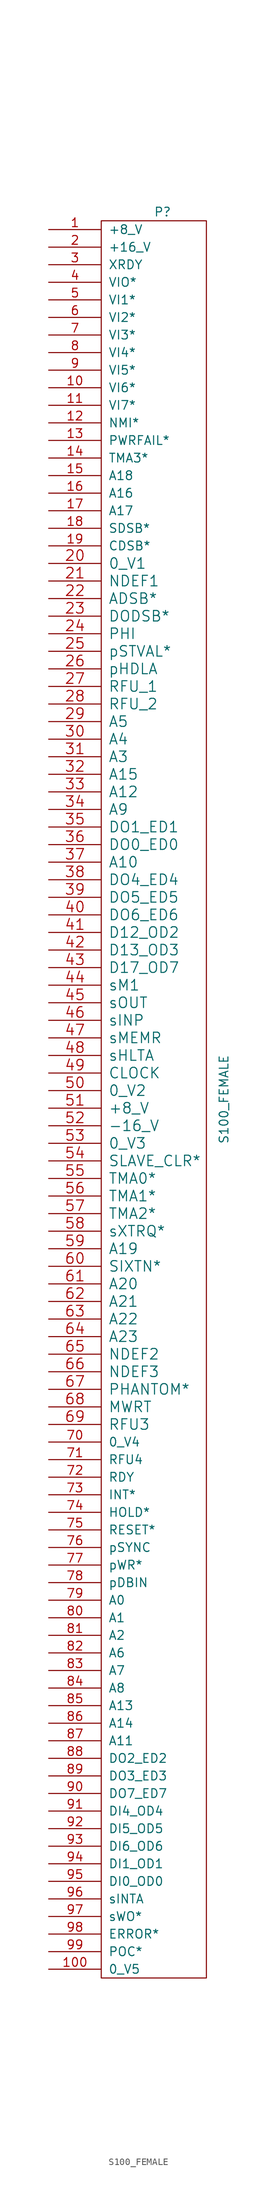
<source format=kicad_sym>
(kicad_symbol_lib
  (version 20220914)
  (generator kicad_symbol_editor)
  (symbol "S100_FEMALE"
    (pin_names
      (offset 1.016))
    (property "Reference" "P"
      (at 0 128.27 0)
      (effects (font (size 1.27 1.27))))
    (property "Value" "S100_FEMALE"
      (at 8.89 0 90)
      (effects (font (size 1.27 1.27))))
    (symbol "S100_FEMALE_0_1"
      (rectangle (start -8.89 127) (end 6.35 -127) (stroke (width 0) (type solid)) (fill (type none))))
    (symbol "S100_FEMALE_1_1"
      (pin power_in line (at -16.51 125.73 0) (length 7.62) (name "+8_V" (effects (font (size 1.27 1.27)))) (number "1" (effects (font (size 1.27 1.27)))))
      (pin bidirectional line (at -16.51 102.87 0) (length 7.62) (name "VI6*" (effects (font (size 1.27 1.27)))) (number "10" (effects (font (size 1.27 1.27)))))
      (pin power_in line (at -16.51 -125.73 0) (length 7.62) (name "0_V5" (effects (font (size 1.27 1.27)))) (number "100" (effects (font (size 1.27 1.27)))))
      (pin bidirectional line (at -16.51 100.33 0) (length 7.62) (name "VI7*" (effects (font (size 1.27 1.27)))) (number "11" (effects (font (size 1.27 1.27)))))
      (pin bidirectional line (at -16.51 97.79 0) (length 7.62) (name "NMI*" (effects (font (size 1.27 1.27)))) (number "12" (effects (font (size 1.27 1.27)))))
      (pin bidirectional line (at -16.51 95.25 0) (length 7.62) (name "PWRFAIL*" (effects (font (size 1.27 1.27)))) (number "13" (effects (font (size 1.27 1.27)))))
      (pin bidirectional line (at -16.51 92.71 0) (length 7.62) (name "TMA3*" (effects (font (size 1.27 1.27)))) (number "14" (effects (font (size 1.27 1.27)))))
      (pin bidirectional line (at -16.51 90.17 0) (length 7.62) (name "A18" (effects (font (size 1.27 1.27)))) (number "15" (effects (font (size 1.27 1.27)))))
      (pin bidirectional line (at -16.51 87.63 0) (length 7.62) (name "A16" (effects (font (size 1.27 1.27)))) (number "16" (effects (font (size 1.27 1.27)))))
      (pin bidirectional line (at -16.51 85.09 0) (length 7.62) (name "A17" (effects (font (size 1.27 1.27)))) (number "17" (effects (font (size 1.27 1.27)))))
      (pin bidirectional line (at -16.51 82.55 0) (length 7.62) (name "SDSB*" (effects (font (size 1.27 1.27)))) (number "18" (effects (font (size 1.27 1.27)))))
      (pin bidirectional line (at -16.51 80.01 0) (length 7.62) (name "CDSB*" (effects (font (size 1.27 1.27)))) (number "19" (effects (font (size 1.27 1.27)))))
      (pin power_in line (at -16.51 123.19 0) (length 7.62) (name "+16_V" (effects (font (size 1.27 1.27)))) (number "2" (effects (font (size 1.27 1.27)))))
      (pin bidirectional line (at -16.51 77.47 0) (length 7.62) (name "0_V1" (effects (font (size 1.524 1.524)))) (number "20" (effects (font (size 1.524 1.524)))))
      (pin bidirectional line (at -16.51 74.93 0) (length 7.62) (name "NDEF1" (effects (font (size 1.524 1.524)))) (number "21" (effects (font (size 1.524 1.524)))))
      (pin bidirectional line (at -16.51 72.39 0) (length 7.62) (name "ADSB*" (effects (font (size 1.524 1.524)))) (number "22" (effects (font (size 1.524 1.524)))))
      (pin bidirectional line (at -16.51 69.85 0) (length 7.62) (name "DODSB*" (effects (font (size 1.524 1.524)))) (number "23" (effects (font (size 1.524 1.524)))))
      (pin bidirectional line (at -16.51 67.31 0) (length 7.62) (name "PHI" (effects (font (size 1.524 1.524)))) (number "24" (effects (font (size 1.524 1.524)))))
      (pin bidirectional line (at -16.51 64.77 0) (length 7.62) (name "pSTVAL*" (effects (font (size 1.524 1.524)))) (number "25" (effects (font (size 1.524 1.524)))))
      (pin bidirectional line (at -16.51 62.23 0) (length 7.62) (name "pHDLA" (effects (font (size 1.524 1.524)))) (number "26" (effects (font (size 1.524 1.524)))))
      (pin bidirectional line (at -16.51 59.69 0) (length 7.62) (name "RFU_1" (effects (font (size 1.524 1.524)))) (number "27" (effects (font (size 1.524 1.524)))))
      (pin bidirectional line (at -16.51 57.15 0) (length 7.62) (name "RFU_2" (effects (font (size 1.524 1.524)))) (number "28" (effects (font (size 1.524 1.524)))))
      (pin bidirectional line (at -16.51 54.61 0) (length 7.62) (name "A5" (effects (font (size 1.524 1.524)))) (number "29" (effects (font (size 1.524 1.524)))))
      (pin bidirectional line (at -16.51 120.65 0) (length 7.62) (name "XRDY" (effects (font (size 1.27 1.27)))) (number "3" (effects (font (size 1.27 1.27)))))
      (pin bidirectional line (at -16.51 52.07 0) (length 7.62) (name "A4" (effects (font (size 1.524 1.524)))) (number "30" (effects (font (size 1.524 1.524)))))
      (pin bidirectional line (at -16.51 49.53 0) (length 7.62) (name "A3" (effects (font (size 1.524 1.524)))) (number "31" (effects (font (size 1.524 1.524)))))
      (pin bidirectional line (at -16.51 46.99 0) (length 7.62) (name "A15" (effects (font (size 1.524 1.524)))) (number "32" (effects (font (size 1.524 1.524)))))
      (pin bidirectional line (at -16.51 44.45 0) (length 7.62) (name "A12" (effects (font (size 1.524 1.524)))) (number "33" (effects (font (size 1.524 1.524)))))
      (pin bidirectional line (at -16.51 41.91 0) (length 7.62) (name "A9" (effects (font (size 1.524 1.524)))) (number "34" (effects (font (size 1.524 1.524)))))
      (pin bidirectional line (at -16.51 39.37 0) (length 7.62) (name "DO1_ED1" (effects (font (size 1.524 1.524)))) (number "35" (effects (font (size 1.524 1.524)))))
      (pin bidirectional line (at -16.51 36.83 0) (length 7.62) (name "DO0_ED0" (effects (font (size 1.524 1.524)))) (number "36" (effects (font (size 1.524 1.524)))))
      (pin bidirectional line (at -16.51 34.29 0) (length 7.62) (name "A10" (effects (font (size 1.524 1.524)))) (number "37" (effects (font (size 1.524 1.524)))))
      (pin bidirectional line (at -16.51 31.75 0) (length 7.62) (name "DO4_ED4" (effects (font (size 1.524 1.524)))) (number "38" (effects (font (size 1.524 1.524)))))
      (pin bidirectional line (at -16.51 29.21 0) (length 7.62) (name "DO5_ED5" (effects (font (size 1.524 1.524)))) (number "39" (effects (font (size 1.524 1.524)))))
      (pin bidirectional line (at -16.51 118.11 0) (length 7.62) (name "VIO*" (effects (font (size 1.27 1.27)))) (number "4" (effects (font (size 1.27 1.27)))))
      (pin bidirectional line (at -16.51 26.67 0) (length 7.62) (name "DO6_ED6" (effects (font (size 1.524 1.524)))) (number "40" (effects (font (size 1.524 1.524)))))
      (pin bidirectional line (at -16.51 24.13 0) (length 7.62) (name "D12_OD2" (effects (font (size 1.524 1.524)))) (number "41" (effects (font (size 1.524 1.524)))))
      (pin bidirectional line (at -16.51 21.59 0) (length 7.62) (name "D13_OD3" (effects (font (size 1.524 1.524)))) (number "42" (effects (font (size 1.524 1.524)))))
      (pin bidirectional line (at -16.51 19.05 0) (length 7.62) (name "D17_OD7" (effects (font (size 1.524 1.524)))) (number "43" (effects (font (size 1.524 1.524)))))
      (pin bidirectional line (at -16.51 16.51 0) (length 7.62) (name "sM1" (effects (font (size 1.524 1.524)))) (number "44" (effects (font (size 1.524 1.524)))))
      (pin bidirectional line (at -16.51 13.97 0) (length 7.62) (name "sOUT" (effects (font (size 1.524 1.524)))) (number "45" (effects (font (size 1.524 1.524)))))
      (pin bidirectional line (at -16.51 11.43 0) (length 7.62) (name "sINP" (effects (font (size 1.524 1.524)))) (number "46" (effects (font (size 1.524 1.524)))))
      (pin bidirectional line (at -16.51 8.89 0) (length 7.62) (name "sMEMR" (effects (font (size 1.524 1.524)))) (number "47" (effects (font (size 1.524 1.524)))))
      (pin bidirectional line (at -16.51 6.35 0) (length 7.62) (name "sHLTA" (effects (font (size 1.524 1.524)))) (number "48" (effects (font (size 1.524 1.524)))))
      (pin bidirectional line (at -16.51 3.81 0) (length 7.62) (name "CLOCK" (effects (font (size 1.524 1.524)))) (number "49" (effects (font (size 1.524 1.524)))))
      (pin bidirectional line (at -16.51 115.57 0) (length 7.62) (name "VI1*" (effects (font (size 1.27 1.27)))) (number "5" (effects (font (size 1.27 1.27)))))
      (pin power_in line (at -16.51 1.27 0) (length 7.62) (name "0_V2" (effects (font (size 1.524 1.524)))) (number "50" (effects (font (size 1.524 1.524)))))
      (pin power_in line (at -16.51 -1.27 0) (length 7.62) (name "+8_V" (effects (font (size 1.524 1.524)))) (number "51" (effects (font (size 1.524 1.524)))))
      (pin power_in line (at -16.51 -3.81 0) (length 7.62) (name "-16_V" (effects (font (size 1.524 1.524)))) (number "52" (effects (font (size 1.524 1.524)))))
      (pin bidirectional line (at -16.51 -6.35 0) (length 7.62) (name "0_V3" (effects (font (size 1.524 1.524)))) (number "53" (effects (font (size 1.524 1.524)))))
      (pin bidirectional line (at -16.51 -8.89 0) (length 7.62) (name "SLAVE_CLR*" (effects (font (size 1.524 1.524)))) (number "54" (effects (font (size 1.524 1.524)))))
      (pin bidirectional line (at -16.51 -11.43 0) (length 7.62) (name "TMA0*" (effects (font (size 1.524 1.524)))) (number "55" (effects (font (size 1.524 1.524)))))
      (pin bidirectional line (at -16.51 -13.97 0) (length 7.62) (name "TMA1*" (effects (font (size 1.524 1.524)))) (number "56" (effects (font (size 1.524 1.524)))))
      (pin bidirectional line (at -16.51 -16.51 0) (length 7.62) (name "TMA2*" (effects (font (size 1.524 1.524)))) (number "57" (effects (font (size 1.524 1.524)))))
      (pin bidirectional line (at -16.51 -19.05 0) (length 7.62) (name "sXTRQ*" (effects (font (size 1.524 1.524)))) (number "58" (effects (font (size 1.524 1.524)))))
      (pin bidirectional line (at -16.51 -21.59 0) (length 7.62) (name "A19" (effects (font (size 1.524 1.524)))) (number "59" (effects (font (size 1.524 1.524)))))
      (pin bidirectional line (at -16.51 113.03 0) (length 7.62) (name "VI2*" (effects (font (size 1.27 1.27)))) (number "6" (effects (font (size 1.27 1.27)))))
      (pin bidirectional line (at -16.51 -24.13 0) (length 7.62) (name "SIXTN*" (effects (font (size 1.524 1.524)))) (number "60" (effects (font (size 1.524 1.524)))))
      (pin bidirectional line (at -16.51 -26.67 0) (length 7.62) (name "A20" (effects (font (size 1.524 1.524)))) (number "61" (effects (font (size 1.524 1.524)))))
      (pin bidirectional line (at -16.51 -29.21 0) (length 7.62) (name "A21" (effects (font (size 1.524 1.524)))) (number "62" (effects (font (size 1.524 1.524)))))
      (pin bidirectional line (at -16.51 -31.75 0) (length 7.62) (name "A22" (effects (font (size 1.524 1.524)))) (number "63" (effects (font (size 1.524 1.524)))))
      (pin bidirectional line (at -16.51 -34.29 0) (length 7.62) (name "A23" (effects (font (size 1.524 1.524)))) (number "64" (effects (font (size 1.524 1.524)))))
      (pin bidirectional line (at -16.51 -36.83 0) (length 7.62) (name "NDEF2" (effects (font (size 1.524 1.524)))) (number "65" (effects (font (size 1.524 1.524)))))
      (pin bidirectional line (at -16.51 -39.37 0) (length 7.62) (name "NDEF3" (effects (font (size 1.524 1.524)))) (number "66" (effects (font (size 1.524 1.524)))))
      (pin bidirectional line (at -16.51 -41.91 0) (length 7.62) (name "PHANTOM*" (effects (font (size 1.524 1.524)))) (number "67" (effects (font (size 1.524 1.524)))))
      (pin bidirectional line (at -16.51 -44.45 0) (length 7.62) (name "MWRT" (effects (font (size 1.524 1.524)))) (number "68" (effects (font (size 1.524 1.524)))))
      (pin bidirectional line (at -16.51 -46.99 0) (length 7.62) (name "RFU3" (effects (font (size 1.524 1.524)))) (number "69" (effects (font (size 1.524 1.524)))))
      (pin bidirectional line (at -16.51 110.49 0) (length 7.62) (name "VI3*" (effects (font (size 1.27 1.27)))) (number "7" (effects (font (size 1.27 1.27)))))
      (pin bidirectional line (at -16.51 -49.53 0) (length 7.62) (name "0_V4" (effects (font (size 1.27 1.27)))) (number "70" (effects (font (size 1.27 1.27)))))
      (pin bidirectional line (at -16.51 -52.07 0) (length 7.62) (name "RFU4" (effects (font (size 1.27 1.27)))) (number "71" (effects (font (size 1.27 1.27)))))
      (pin bidirectional line (at -16.51 -54.61 0) (length 7.62) (name "RDY" (effects (font (size 1.27 1.27)))) (number "72" (effects (font (size 1.27 1.27)))))
      (pin bidirectional line (at -16.51 -57.15 0) (length 7.62) (name "INT*" (effects (font (size 1.27 1.27)))) (number "73" (effects (font (size 1.27 1.27)))))
      (pin bidirectional line (at -16.51 -59.69 0) (length 7.62) (name "HOLD*" (effects (font (size 1.27 1.27)))) (number "74" (effects (font (size 1.27 1.27)))))
      (pin bidirectional line (at -16.51 -62.23 0) (length 7.62) (name "RESET*" (effects (font (size 1.27 1.27)))) (number "75" (effects (font (size 1.27 1.27)))))
      (pin bidirectional line (at -16.51 -64.77 0) (length 7.62) (name "pSYNC" (effects (font (size 1.27 1.27)))) (number "76" (effects (font (size 1.27 1.27)))))
      (pin bidirectional line (at -16.51 -67.31 0) (length 7.62) (name "pWR*" (effects (font (size 1.27 1.27)))) (number "77" (effects (font (size 1.27 1.27)))))
      (pin bidirectional line (at -16.51 -69.85 0) (length 7.62) (name "pDBIN" (effects (font (size 1.27 1.27)))) (number "78" (effects (font (size 1.27 1.27)))))
      (pin bidirectional line (at -16.51 -72.39 0) (length 7.62) (name "A0" (effects (font (size 1.27 1.27)))) (number "79" (effects (font (size 1.27 1.27)))))
      (pin bidirectional line (at -16.51 107.95 0) (length 7.62) (name "VI4*" (effects (font (size 1.27 1.27)))) (number "8" (effects (font (size 1.27 1.27)))))
      (pin bidirectional line (at -16.51 -74.93 0) (length 7.62) (name "A1" (effects (font (size 1.27 1.27)))) (number "80" (effects (font (size 1.27 1.27)))))
      (pin bidirectional line (at -16.51 -77.47 0) (length 7.62) (name "A2" (effects (font (size 1.27 1.27)))) (number "81" (effects (font (size 1.27 1.27)))))
      (pin bidirectional line (at -16.51 -80.01 0) (length 7.62) (name "A6" (effects (font (size 1.27 1.27)))) (number "82" (effects (font (size 1.27 1.27)))))
      (pin bidirectional line (at -16.51 -82.55 0) (length 7.62) (name "A7" (effects (font (size 1.27 1.27)))) (number "83" (effects (font (size 1.27 1.27)))))
      (pin bidirectional line (at -16.51 -85.09 0) (length 7.62) (name "A8" (effects (font (size 1.27 1.27)))) (number "84" (effects (font (size 1.27 1.27)))))
      (pin bidirectional line (at -16.51 -87.63 0) (length 7.62) (name "A13" (effects (font (size 1.27 1.27)))) (number "85" (effects (font (size 1.27 1.27)))))
      (pin bidirectional line (at -16.51 -90.17 0) (length 7.62) (name "A14" (effects (font (size 1.27 1.27)))) (number "86" (effects (font (size 1.27 1.27)))))
      (pin bidirectional line (at -16.51 -92.71 0) (length 7.62) (name "A11" (effects (font (size 1.27 1.27)))) (number "87" (effects (font (size 1.27 1.27)))))
      (pin bidirectional line (at -16.51 -95.25 0) (length 7.62) (name "DO2_ED2" (effects (font (size 1.27 1.27)))) (number "88" (effects (font (size 1.27 1.27)))))
      (pin bidirectional line (at -16.51 -97.79 0) (length 7.62) (name "DO3_ED3" (effects (font (size 1.27 1.27)))) (number "89" (effects (font (size 1.27 1.27)))))
      (pin bidirectional line (at -16.51 105.41 0) (length 7.62) (name "VI5*" (effects (font (size 1.27 1.27)))) (number "9" (effects (font (size 1.27 1.27)))))
      (pin bidirectional line (at -16.51 -100.33 0) (length 7.62) (name "DO7_ED7" (effects (font (size 1.27 1.27)))) (number "90" (effects (font (size 1.27 1.27)))))
      (pin bidirectional line (at -16.51 -102.87 0) (length 7.62) (name "DI4_OD4" (effects (font (size 1.27 1.27)))) (number "91" (effects (font (size 1.27 1.27)))))
      (pin bidirectional line (at -16.51 -105.41 0) (length 7.62) (name "DI5_OD5" (effects (font (size 1.27 1.27)))) (number "92" (effects (font (size 1.27 1.27)))))
      (pin bidirectional line (at -16.51 -107.95 0) (length 7.62) (name "DI6_OD6" (effects (font (size 1.27 1.27)))) (number "93" (effects (font (size 1.27 1.27)))))
      (pin bidirectional line (at -16.51 -110.49 0) (length 7.62) (name "DI1_OD1" (effects (font (size 1.27 1.27)))) (number "94" (effects (font (size 1.27 1.27)))))
      (pin bidirectional line (at -16.51 -113.03 0) (length 7.62) (name "DI0_OD0" (effects (font (size 1.27 1.27)))) (number "95" (effects (font (size 1.27 1.27)))))
      (pin bidirectional line (at -16.51 -115.57 0) (length 7.62) (name "sINTA" (effects (font (size 1.27 1.27)))) (number "96" (effects (font (size 1.27 1.27)))))
      (pin bidirectional line (at -16.51 -118.11 0) (length 7.62) (name "sWO*" (effects (font (size 1.27 1.27)))) (number "97" (effects (font (size 1.27 1.27)))))
      (pin bidirectional line (at -16.51 -120.65 0) (length 7.62) (name "ERROR*" (effects (font (size 1.27 1.27)))) (number "98" (effects (font (size 1.27 1.27)))))
      (pin bidirectional line (at -16.51 -123.19 0) (length 7.62) (name "POC*" (effects (font (size 1.27 1.27)))) (number "99" (effects (font (size 1.27 1.27))))))))
</source>
